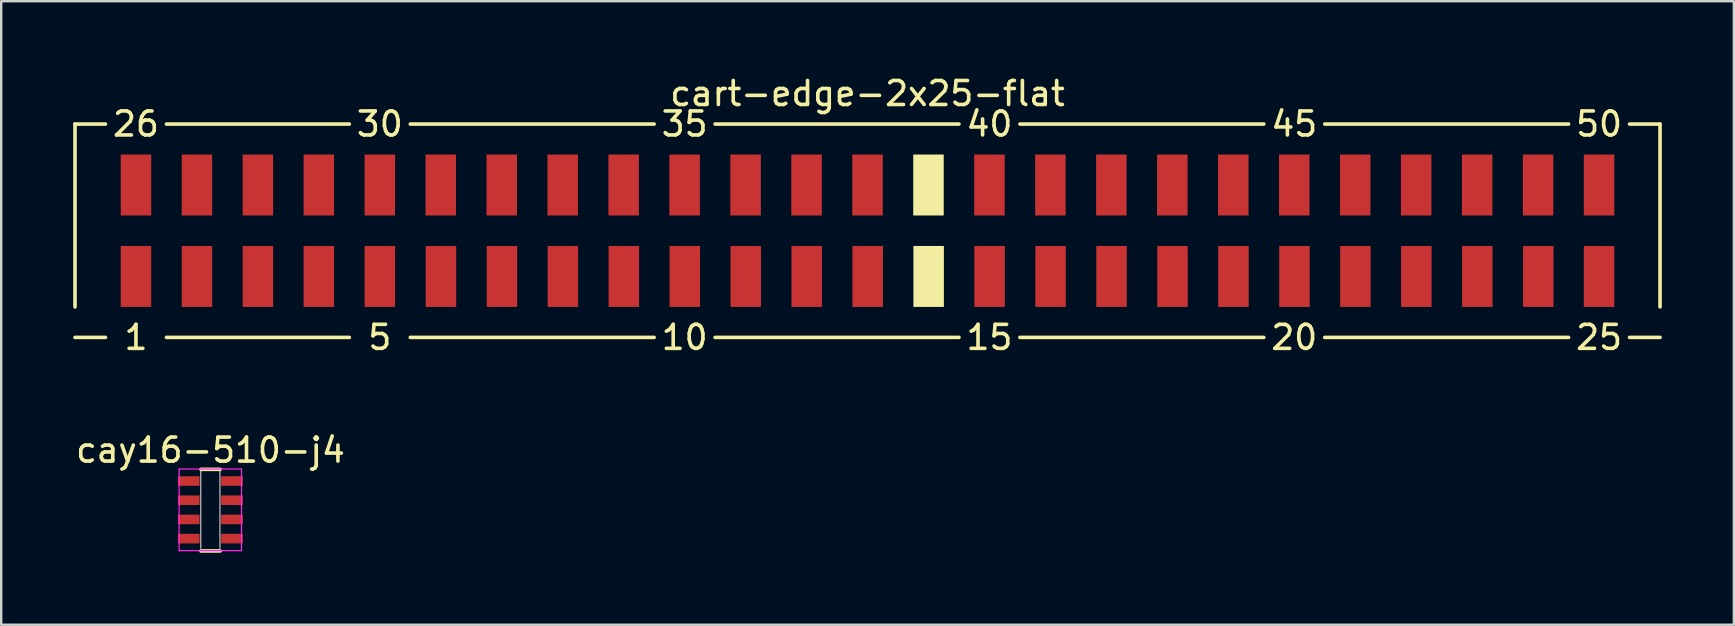
<source format=kicad_pcb>
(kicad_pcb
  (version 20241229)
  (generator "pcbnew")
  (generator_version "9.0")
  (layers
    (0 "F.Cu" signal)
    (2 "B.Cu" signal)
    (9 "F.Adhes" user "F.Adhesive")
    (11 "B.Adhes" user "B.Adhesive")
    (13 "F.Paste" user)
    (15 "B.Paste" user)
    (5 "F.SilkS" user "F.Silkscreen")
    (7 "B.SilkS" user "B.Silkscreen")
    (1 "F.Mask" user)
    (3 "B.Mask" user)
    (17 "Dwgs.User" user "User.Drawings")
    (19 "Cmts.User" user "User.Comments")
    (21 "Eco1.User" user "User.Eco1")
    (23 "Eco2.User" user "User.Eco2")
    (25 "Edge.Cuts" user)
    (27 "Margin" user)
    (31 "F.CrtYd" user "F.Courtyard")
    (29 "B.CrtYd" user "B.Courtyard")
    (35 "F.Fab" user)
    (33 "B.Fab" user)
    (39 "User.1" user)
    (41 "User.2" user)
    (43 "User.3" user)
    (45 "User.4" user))
  (footprint "cay16-510-j4"
    (layer "F.Cu")
    (at 5.72 18.205)
    (property "Reference" "cay16-510-j4" (at 0 -2.5 0) (layer "F.SilkS") (effects (font (size 1 1) (thickness 0.15))))
    (attr smd)
    (fp_line (start -0.4 -1.7) (end 0.4 -1.7) (stroke (width 0.15) (type solid)) (layer "F.SilkS"))
    (fp_line (start -0.4 1.7) (end 0.4 1.7) (stroke (width 0.15) (type solid)) (layer "F.SilkS"))
    (fp_line (start -0.406 1.587) (end -0.406 -1.613) (stroke (width 0.05) (type solid)) (layer "Dwgs.User"))
    (fp_line (start 0.394 1.587) (end 0.394 -1.613) (stroke (width 0.05) (type solid)) (layer "Dwgs.User"))
    (fp_line (start -1.306 1.687) (end -1.306 -1.713) (stroke (width 0.05) (type solid)) (layer "F.CrtYd"))
    (fp_line (start 1.294 -1.713) (end -1.306 -1.713) (stroke (width 0.05) (type solid)) (layer "F.CrtYd"))
    (fp_line (start 1.294 1.687) (end -1.306 1.687) (stroke (width 0.05) (type solid)) (layer "F.CrtYd"))
    (fp_line (start 1.294 1.687) (end 1.294 -1.713) (stroke (width 0.05) (type solid)) (layer "F.CrtYd"))
    (pad "1" smd rect (at 0.894 1.187 180) (size 0.9 0.4) (layers "F.Cu" "F.Mask" "F.Paste"))
    (pad "2" smd rect (at 0.894 0.387 180) (size 0.9 0.4) (layers "F.Cu" "F.Mask" "F.Paste"))
    (pad "3" smd rect (at 0.894 -0.413 180) (size 0.9 0.4) (layers "F.Cu" "F.Mask" "F.Paste"))
    (pad "4" smd rect (at 0.894 -1.213 180) (size 0.9 0.4) (layers "F.Cu" "F.Mask" "F.Paste"))
    (pad "5" smd rect (at -0.906 -1.213 180) (size 0.9 0.4) (layers "F.Cu" "F.Mask" "F.Paste"))
    (pad "6" smd rect (at -0.906 -0.413 180) (size 0.9 0.4) (layers "F.Cu" "F.Mask" "F.Paste"))
    (pad "7" smd rect (at -0.906 0.387 180) (size 0.9 0.4) (layers "F.Cu" "F.Mask" "F.Paste"))
    (pad "8" smd rect (at -0.906 1.187 180) (size 0.9 0.4) (layers "F.Cu" "F.Mask" "F.Paste")))
  (footprint "cart-edge-2x25-flat"
    (layer "F.Cu")
    (at 2.615 4.658)
    (property "Reference" "cart-edge-2x25-flat" (at 30.48 -3.81 0) (layer "F.SilkS") (effects (font (size 1 1) (thickness 0.15))))
    (attr through_hole)
    (fp_line (start -2.54 -2.54) (end -2.54 5.08) (stroke (width 0.15) (type solid)) (layer "F.SilkS"))
    (fp_line (start -2.54 -2.54) (end -1.27 -2.54) (stroke (width 0.15) (type solid)) (layer "F.SilkS"))
    (fp_line (start -1.27 6.35) (end -2.54 6.35) (stroke (width 0.15) (type solid)) (layer "F.SilkS"))
    (fp_line (start 1.27 -2.54) (end 8.89 -2.54) (stroke (width 0.15) (type solid)) (layer "F.SilkS"))
    (fp_line (start 1.27 6.35) (end 8.89 6.35) (stroke (width 0.15) (type solid)) (layer "F.SilkS"))
    (fp_line (start 11.43 -2.54) (end 21.59 -2.54) (stroke (width 0.15) (type solid)) (layer "F.SilkS"))
    (fp_line (start 11.43 6.35) (end 21.59 6.35) (stroke (width 0.15) (type solid)) (layer "F.SilkS"))
    (fp_line (start 24.13 -2.54) (end 34.29 -2.54) (stroke (width 0.15) (type solid)) (layer "F.SilkS"))
    (fp_line (start 24.13 6.35) (end 34.29 6.35) (stroke (width 0.15) (type solid)) (layer "F.SilkS"))
    (fp_line (start 36.83 -2.54) (end 46.99 -2.54) (stroke (width 0.15) (type solid)) (layer "F.SilkS"))
    (fp_line (start 36.83 6.35) (end 46.99 6.35) (stroke (width 0.15) (type solid)) (layer "F.SilkS"))
    (fp_line (start 49.53 -2.54) (end 59.69 -2.54) (stroke (width 0.15) (type solid)) (layer "F.SilkS"))
    (fp_line (start 49.53 6.35) (end 59.69 6.35) (stroke (width 0.15) (type solid)) (layer "F.SilkS"))
    (fp_line (start 62.23 -2.54) (end 63.5 -2.54) (stroke (width 0.15) (type solid)) (layer "F.SilkS"))
    (fp_line (start 63.5 -2.54) (end 63.5 5.08) (stroke (width 0.15) (type solid)) (layer "F.SilkS"))
    (fp_line (start 63.5 6.35) (end 62.23 6.35) (stroke (width 0.15) (type solid)) (layer "F.SilkS"))
    (fp_text user "40" (at 35.56 -2.54 0) (layer "F.SilkS") (effects (font (size 1 1) (thickness 0.15))))
    (fp_text user "20" (at 48.26 6.35 0) (layer "F.SilkS") (effects (font (size 1 1) (thickness 0.15))))
    (fp_text user "45" (at 48.26 -2.54 0) (layer "F.SilkS") (effects (font (size 1 1) (thickness 0.15))))
    (fp_text user "26" (at 0 -2.54 0) (layer "F.SilkS") (effects (font (size 1 1) (thickness 0.15))))
    (fp_text user "1" (at 0 6.35 0) (layer "F.SilkS") (effects (font (size 1 1) (thickness 0.15))))
    (fp_text user "25" (at 60.96 6.35 0) (layer "F.SilkS") (effects (font (size 1 1) (thickness 0.15))))
    (fp_text user "30" (at 10.16 -2.54 0) (layer "F.SilkS") (effects (font (size 1 1) (thickness 0.15))))
    (fp_text user "15" (at 35.56 6.35 0) (layer "F.SilkS") (effects (font (size 1 1) (thickness 0.15))))
    (fp_text user "10" (at 22.86 6.35 0) (layer "F.SilkS") (effects (font (size 1 1) (thickness 0.15))))
    (fp_text user "35" (at 22.86 -2.54 0) (layer "F.SilkS") (effects (font (size 1 1) (thickness 0.15))))
    (fp_text user "50" (at 60.96 -2.54 0) (layer "F.SilkS") (effects (font (size 1 1) (thickness 0.15))))
    (fp_text user "5" (at 10.16 6.35 0) (layer "F.SilkS") (effects (font (size 1 1) (thickness 0.15))))
    (pad "" smd rect (at 33.02 0) (size 1.27 2.54) (layers "F.SilkS"))
    (pad "" smd rect (at 33.027 3.81) (size 1.27 2.54) (layers "F.SilkS"))
    (pad "1" smd rect (at 0 3.81) (size 1.27 2.54) (layers "F.Cu" "F.Mask" "F.Paste"))
    (pad "2" smd rect (at 2.54 3.81) (size 1.27 2.54) (layers "F.Cu" "F.Mask" "F.Paste"))
    (pad "3" smd rect (at 5.08 3.81) (size 1.27 2.54) (layers "F.Cu" "F.Mask" "F.Paste"))
    (pad "4" smd rect (at 7.62 3.81) (size 1.27 2.54) (layers "F.Cu" "F.Mask" "F.Paste"))
    (pad "5" smd rect (at 10.16 3.81) (size 1.27 2.54) (layers "F.Cu" "F.Mask" "F.Paste"))
    (pad "6" smd rect (at 12.707 3.81) (size 1.27 2.54) (layers "F.Cu" "F.Mask" "F.Paste"))
    (pad "7" smd rect (at 15.247 3.81) (size 1.27 2.54) (layers "F.Cu" "F.Mask" "F.Paste"))
    (pad "8" smd rect (at 17.787 3.81) (size 1.27 2.54) (layers "F.Cu" "F.Mask" "F.Paste"))
    (pad "9" smd rect (at 20.327 3.81) (size 1.27 2.54) (layers "F.Cu" "F.Mask" "F.Paste"))
    (pad "10" smd rect (at 22.867 3.81) (size 1.27 2.54) (layers "F.Cu" "F.Mask" "F.Paste"))
    (pad "11" smd rect (at 25.407 3.81) (size 1.27 2.54) (layers "F.Cu" "F.Mask" "F.Paste"))
    (pad "12" smd rect (at 27.947 3.81) (size 1.27 2.54) (layers "F.Cu" "F.Mask" "F.Paste"))
    (pad "13" smd rect (at 30.487 3.81) (size 1.27 2.54) (layers "F.Cu" "F.Mask" "F.Paste"))
    (pad "15" smd rect (at 35.567 3.81) (size 1.27 2.54) (layers "F.Cu" "F.Mask" "F.Paste"))
    (pad "16" smd rect (at 38.107 3.81) (size 1.27 2.54) (layers "F.Cu" "F.Mask" "F.Paste"))
    (pad "17" smd rect (at 40.647 3.81) (size 1.27 2.54) (layers "F.Cu" "F.Mask" "F.Paste"))
    (pad "18" smd rect (at 43.187 3.81) (size 1.27 2.54) (layers "F.Cu" "F.Mask" "F.Paste"))
    (pad "19" smd rect (at 45.727 3.81) (size 1.27 2.54) (layers "F.Cu" "F.Mask" "F.Paste"))
    (pad "20" smd rect (at 48.267 3.81) (size 1.27 2.54) (layers "F.Cu" "F.Mask" "F.Paste"))
    (pad "21" smd rect (at 50.807 3.81) (size 1.27 2.54) (layers "F.Cu" "F.Mask" "F.Paste"))
    (pad "22" smd rect (at 53.347 3.81) (size 1.27 2.54) (layers "F.Cu" "F.Mask" "F.Paste"))
    (pad "23" smd rect (at 55.887 3.81) (size 1.27 2.54) (layers "F.Cu" "F.Mask" "F.Paste"))
    (pad "24" smd rect (at 58.427 3.81) (size 1.27 2.54) (layers "F.Cu" "F.Mask" "F.Paste"))
    (pad "25" smd rect (at 60.96 3.81) (size 1.27 2.54) (layers "F.Cu" "F.Mask" "F.Paste"))
    (pad "26" smd rect (at 0 0) (size 1.27 2.54) (layers "F.Cu" "F.Mask" "F.Paste"))
    (pad "27" smd rect (at 2.54 0) (size 1.27 2.54) (layers "F.Cu" "F.Mask" "F.Paste"))
    (pad "28" smd rect (at 5.08 0) (size 1.27 2.54) (layers "F.Cu" "F.Mask" "F.Paste"))
    (pad "29" smd rect (at 7.62 0) (size 1.27 2.54) (layers "F.Cu" "F.Mask" "F.Paste"))
    (pad "30" smd rect (at 10.16 0) (size 1.27 2.54) (layers "F.Cu" "F.Mask" "F.Paste"))
    (pad "31" smd rect (at 12.7 0) (size 1.27 2.54) (layers "F.Cu" "F.Mask" "F.Paste"))
    (pad "32" smd rect (at 15.24 0) (size 1.27 2.54) (layers "F.Cu" "F.Mask" "F.Paste"))
    (pad "33" smd rect (at 17.78 0) (size 1.27 2.54) (layers "F.Cu" "F.Mask" "F.Paste"))
    (pad "34" smd rect (at 20.32 0) (size 1.27 2.54) (layers "F.Cu" "F.Mask" "F.Paste"))
    (pad "35" smd rect (at 22.86 0) (size 1.27 2.54) (layers "F.Cu" "F.Mask" "F.Paste"))
    (pad "36" smd rect (at 25.4 0) (size 1.27 2.54) (layers "F.Cu" "F.Mask" "F.Paste"))
    (pad "37" smd rect (at 27.94 0) (size 1.27 2.54) (layers "F.Cu" "F.Mask" "F.Paste"))
    (pad "38" smd rect (at 30.48 0) (size 1.27 2.54) (layers "F.Cu" "F.Mask" "F.Paste"))
    (pad "40" smd rect (at 35.56 0) (size 1.27 2.54) (layers "F.Cu" "F.Mask" "F.Paste"))
    (pad "41" smd rect (at 38.1 0) (size 1.27 2.54) (layers "F.Cu" "F.Mask" "F.Paste"))
    (pad "42" smd rect (at 40.64 0) (size 1.27 2.54) (layers "F.Cu" "F.Mask" "F.Paste"))
    (pad "43" smd rect (at 43.18 0) (size 1.27 2.54) (layers "F.Cu" "F.Mask" "F.Paste"))
    (pad "44" smd rect (at 45.72 0) (size 1.27 2.54) (layers "F.Cu" "F.Mask" "F.Paste"))
    (pad "45" smd rect (at 48.26 0) (size 1.27 2.54) (layers "F.Cu" "F.Mask" "F.Paste"))
    (pad "46" smd rect (at 50.8 0) (size 1.27 2.54) (layers "F.Cu" "F.Mask" "F.Paste"))
    (pad "47" smd rect (at 53.34 0) (size 1.27 2.54) (layers "F.Cu" "F.Mask" "F.Paste"))
    (pad "48" smd rect (at 55.88 0) (size 1.27 2.54) (layers "F.Cu" "F.Mask" "F.Paste"))
    (pad "49" smd rect (at 58.42 0) (size 1.27 2.54) (layers "F.Cu" "F.Mask" "F.Paste"))
    (pad "50" smd rect (at 60.96 0) (size 1.27 2.54) (layers "F.Cu" "F.Mask" "F.Paste")))
  (gr_rect
    (start -3 -3)
    (end 69.19 22.98)
    (stroke (width 0.1) (type default))
    (fill no)
    (layer "Edge.Cuts")))
</source>
